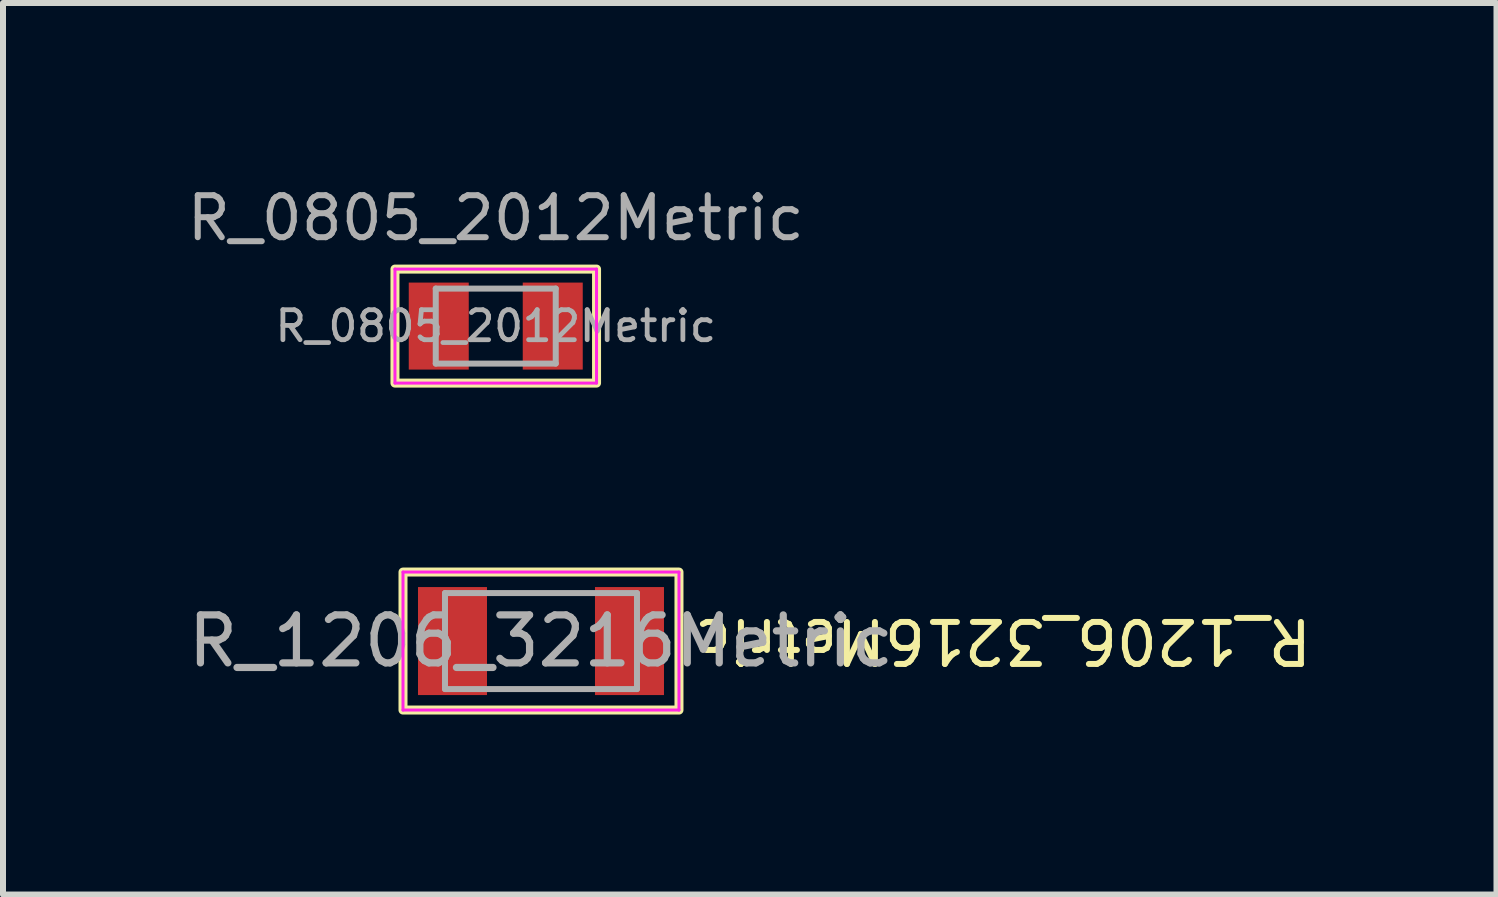
<source format=kicad_pcb>
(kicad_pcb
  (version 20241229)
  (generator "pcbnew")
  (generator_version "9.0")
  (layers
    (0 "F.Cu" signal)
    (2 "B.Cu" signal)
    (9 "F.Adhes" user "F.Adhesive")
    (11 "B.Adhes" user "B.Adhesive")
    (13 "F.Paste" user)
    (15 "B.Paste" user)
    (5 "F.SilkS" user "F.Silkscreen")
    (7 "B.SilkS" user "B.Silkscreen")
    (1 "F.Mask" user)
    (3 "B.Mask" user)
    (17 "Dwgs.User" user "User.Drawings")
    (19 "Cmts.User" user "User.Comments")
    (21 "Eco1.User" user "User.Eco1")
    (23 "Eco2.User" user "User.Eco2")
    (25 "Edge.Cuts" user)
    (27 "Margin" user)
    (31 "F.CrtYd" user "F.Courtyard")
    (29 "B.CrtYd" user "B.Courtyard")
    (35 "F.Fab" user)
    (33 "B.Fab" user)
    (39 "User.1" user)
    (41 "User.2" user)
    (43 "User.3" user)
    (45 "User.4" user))
  (footprint "R_1206_3216Metric"
    (layer "F.Cu")
    (at 5.967 7.635)
    (property "Reference" "R_1206_3216Metric" (at 2.5 0 180) (unlocked yes) (layer "F.SilkS") (effects (font (size 0.7 0.7) (thickness 0.1)) (justify right)))
    (attr smd)
    (fp_rect (start -2.3 -1.15) (end 2.3 1.15) (stroke (width 0.15) (type solid)) (fill no) (layer "F.SilkS"))
    (fp_line (start -2.3 -1.15) (end 2.3 -1.15) (stroke (width 0.05) (type solid)) (layer "F.CrtYd"))
    (fp_line (start -2.3 1.15) (end -2.3 -1.15) (stroke (width 0.05) (type solid)) (layer "F.CrtYd"))
    (fp_line (start 2.3 -1.15) (end 2.3 1.15) (stroke (width 0.05) (type solid)) (layer "F.CrtYd"))
    (fp_line (start 2.3 1.15) (end -2.3 1.15) (stroke (width 0.05) (type solid)) (layer "F.CrtYd"))
    (fp_line (start -1.6 -0.8) (end 1.6 -0.8) (stroke (width 0.1) (type solid)) (layer "F.Fab"))
    (fp_line (start -1.6 0.8) (end -1.6 -0.8) (stroke (width 0.1) (type solid)) (layer "F.Fab"))
    (fp_line (start 1.6 -0.8) (end 1.6 0.8) (stroke (width 0.1) (type solid)) (layer "F.Fab"))
    (fp_line (start 1.6 0.8) (end -1.6 0.8) (stroke (width 0.1) (type solid)) (layer "F.Fab"))
    (fp_text user "${REFERENCE}" (at 0 0 0) (layer "F.Fab") (effects (font (size 0.8 0.8) (thickness 0.12))))
    (pad "1" smd rect (at -1.475 0) (size 1.15 1.8) (layers "F.Cu" "F.Mask" "F.Paste"))
    (pad "2" smd rect (at 1.475 0) (size 1.15 1.8) (layers "F.Cu" "F.Mask" "F.Paste")))
  (footprint "R_0805_2012Metric"
    (layer "F.Cu")
    (at 5.213 2.385)
    (property "Reference" "R_0805_2012Metric" (at 0 -1.8 0) (layer "F.Fab") (effects (font (size 0.7 0.7) (thickness 0.1))))
    (attr smd)
    (fp_rect (start -1.68 -0.95) (end 1.68 0.95) (stroke (width 0.15) (type solid)) (fill no) (layer "F.SilkS"))
    (fp_line (start -1.68 -0.95) (end 1.68 -0.95) (stroke (width 0.05) (type solid)) (layer "F.CrtYd"))
    (fp_line (start -1.68 0.95) (end -1.68 -0.95) (stroke (width 0.05) (type solid)) (layer "F.CrtYd"))
    (fp_line (start 1.68 -0.95) (end 1.68 0.95) (stroke (width 0.05) (type solid)) (layer "F.CrtYd"))
    (fp_line (start 1.68 0.95) (end -1.68 0.95) (stroke (width 0.05) (type solid)) (layer "F.CrtYd"))
    (fp_line (start -1 -0.625) (end 1 -0.625) (stroke (width 0.1) (type solid)) (layer "F.Fab"))
    (fp_line (start -1 0.625) (end -1 -0.625) (stroke (width 0.1) (type solid)) (layer "F.Fab"))
    (fp_line (start 1 -0.625) (end 1 0.625) (stroke (width 0.1) (type solid)) (layer "F.Fab"))
    (fp_line (start 1 0.625) (end -1 0.625) (stroke (width 0.1) (type solid)) (layer "F.Fab"))
    (fp_text user "${REFERENCE}" (at 0 0 0) (layer "F.Fab") (effects (font (size 0.5 0.5) (thickness 0.08))))
    (pad "1" smd rect (at -0.95 0) (size 1 1.45) (layers "F.Cu" "F.Mask" "F.Paste"))
    (pad "2" smd rect (at 0.95 0) (size 1 1.45) (layers "F.Cu" "F.Mask" "F.Paste")))
  (gr_rect
    (start -3 -3)
    (end 21.893 11.86)
    (stroke (width 0.1) (type default))
    (fill no)
    (layer "Edge.Cuts")))
</source>
